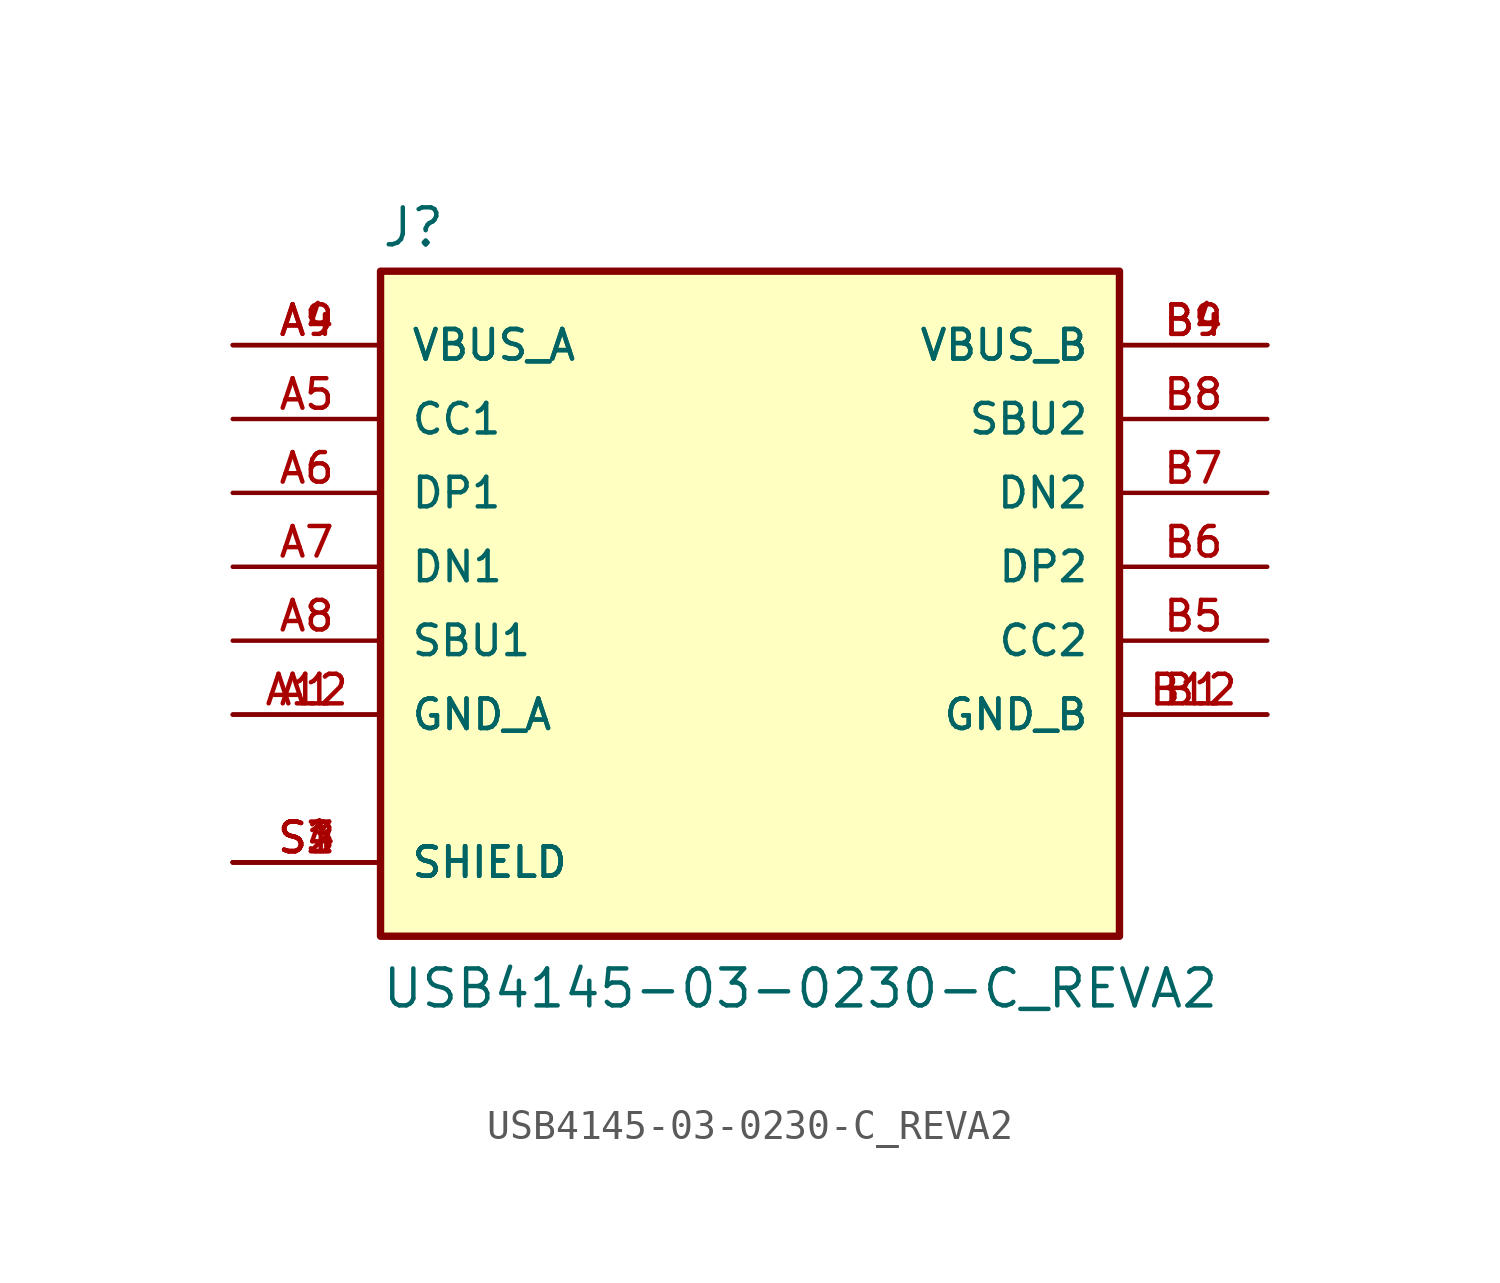
<source format=kicad_sym>
(kicad_symbol_lib
  (version 20231120)
  (generator "kicad_symbol_editor")
  (generator_version "8.0")
  (symbol "USB4145-03-0230-C_REVA2"
    (pin_names
      (offset 1.016))
    (property "Reference" "J"
      (at -12.7 10.922 0)
      (effects (font (size 1.27 1.27)) (justify left bottom)))
    (property "Value" "USB4145-03-0230-C_REVA2"
      (at -12.7 -15.24 0)
      (effects (font (size 1.27 1.27)) (justify left bottom)))
    (symbol "USB4145-03-0230-C_REVA2_0_0"
      (rectangle (start -12.7 -12.7) (end 12.7 10.16) (stroke (width 0.254) (type default)) (fill (type background)))
      (pin power_in line (at -17.78 -5.08 0) (length 5.08) (name "GND_A" (effects (font (size 1.016 1.016)))) (number "A1" (effects (font (size 1.016 1.016)))))
      (pin power_in line (at -17.78 -5.08 0) (length 5.08) (name "GND_A" (effects (font (size 1.016 1.016)))) (number "A12" (effects (font (size 1.016 1.016)))))
      (pin power_in line (at -17.78 7.62 0) (length 5.08) (name "VBUS_A" (effects (font (size 1.016 1.016)))) (number "A4" (effects (font (size 1.016 1.016)))))
      (pin bidirectional line (at -17.78 5.08 0) (length 5.08) (name "CC1" (effects (font (size 1.016 1.016)))) (number "A5" (effects (font (size 1.016 1.016)))))
      (pin bidirectional line (at -17.78 2.54 0) (length 5.08) (name "DP1" (effects (font (size 1.016 1.016)))) (number "A6" (effects (font (size 1.016 1.016)))))
      (pin bidirectional line (at -17.78 0 0) (length 5.08) (name "DN1" (effects (font (size 1.016 1.016)))) (number "A7" (effects (font (size 1.016 1.016)))))
      (pin bidirectional line (at -17.78 -2.54 0) (length 5.08) (name "SBU1" (effects (font (size 1.016 1.016)))) (number "A8" (effects (font (size 1.016 1.016)))))
      (pin power_in line (at -17.78 7.62 0) (length 5.08) (name "VBUS_A" (effects (font (size 1.016 1.016)))) (number "A9" (effects (font (size 1.016 1.016)))))
      (pin power_in line (at 17.78 -5.08 180) (length 5.08) (name "GND_B" (effects (font (size 1.016 1.016)))) (number "B1" (effects (font (size 1.016 1.016)))))
      (pin power_in line (at 17.78 -5.08 180) (length 5.08) (name "GND_B" (effects (font (size 1.016 1.016)))) (number "B12" (effects (font (size 1.016 1.016)))))
      (pin power_in line (at 17.78 7.62 180) (length 5.08) (name "VBUS_B" (effects (font (size 1.016 1.016)))) (number "B4" (effects (font (size 1.016 1.016)))))
      (pin bidirectional line (at 17.78 -2.54 180) (length 5.08) (name "CC2" (effects (font (size 1.016 1.016)))) (number "B5" (effects (font (size 1.016 1.016)))))
      (pin bidirectional line (at 17.78 0 180) (length 5.08) (name "DP2" (effects (font (size 1.016 1.016)))) (number "B6" (effects (font (size 1.016 1.016)))))
      (pin bidirectional line (at 17.78 2.54 180) (length 5.08) (name "DN2" (effects (font (size 1.016 1.016)))) (number "B7" (effects (font (size 1.016 1.016)))))
      (pin bidirectional line (at 17.78 5.08 180) (length 5.08) (name "SBU2" (effects (font (size 1.016 1.016)))) (number "B8" (effects (font (size 1.016 1.016)))))
      (pin power_in line (at 17.78 7.62 180) (length 5.08) (name "VBUS_B" (effects (font (size 1.016 1.016)))) (number "B9" (effects (font (size 1.016 1.016)))))
      (pin passive line (at -17.78 -10.16 0) (length 5.08) (name "SHIELD" (effects (font (size 1.016 1.016)))) (number "S1" (effects (font (size 1.016 1.016)))))
      (pin passive line (at -17.78 -10.16 0) (length 5.08) (name "SHIELD" (effects (font (size 1.016 1.016)))) (number "S2" (effects (font (size 1.016 1.016)))))
      (pin passive line (at -17.78 -10.16 0) (length 5.08) (name "SHIELD" (effects (font (size 1.016 1.016)))) (number "S3" (effects (font (size 1.016 1.016)))))
      (pin passive line (at -17.78 -10.16 0) (length 5.08) (name "SHIELD" (effects (font (size 1.016 1.016)))) (number "S4" (effects (font (size 1.016 1.016))))))))
</source>
